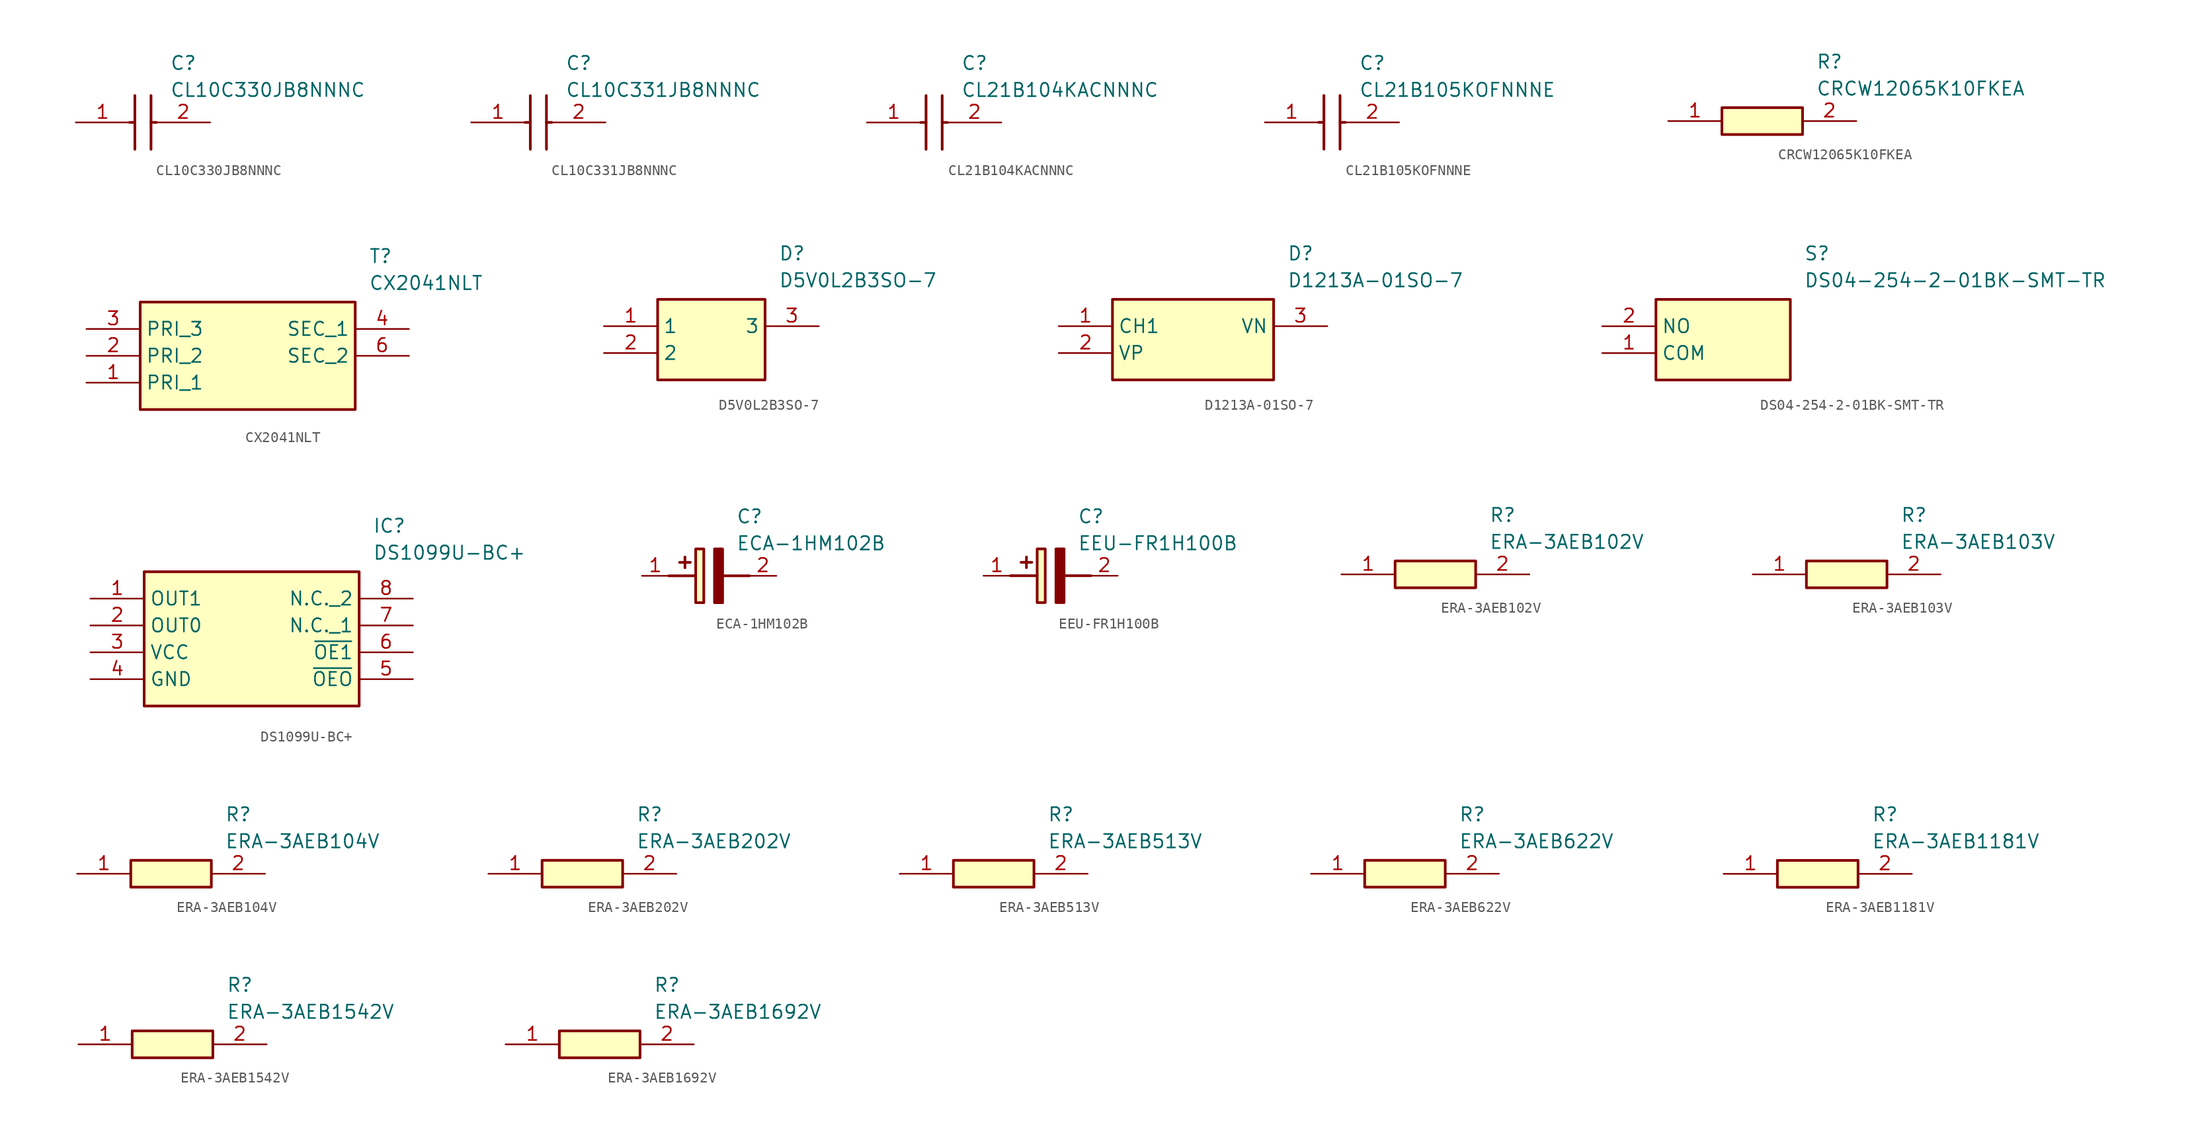
<source format=kicad_sym>
(kicad_symbol_lib
  (version 20231120)
  (generator "kicad_symbol_editor")
  (generator_version "8.0")
  (symbol "CL10C330JB8NNNC"
    (pin_names hide)
    (property "Reference" "C"
      (at 8.89 6.35 0)
      (effects (font (size 1.27 1.27)) (justify left top)))
    (property "Value" "CL10C330JB8NNNC"
      (at 8.89 3.81 0)
      (effects (font (size 1.27 1.27)) (justify left top)))
    (symbol "CL10C330JB8NNNC_1_1"
      (polyline (pts (xy 5.08 0) (xy 5.588 0)) (stroke (width 0.254) (type default)) (fill (type none)))
      (polyline (pts (xy 5.588 2.54) (xy 5.588 -2.54)) (stroke (width 0.254) (type default)) (fill (type none)))
      (polyline (pts (xy 7.112 0) (xy 7.62 0)) (stroke (width 0.254) (type default)) (fill (type none)))
      (polyline (pts (xy 7.112 2.54) (xy 7.112 -2.54)) (stroke (width 0.254) (type default)) (fill (type none)))
      (pin passive line (at 0 0 0) (length 5.08) (name "1" (effects (font (size 1.27 1.27)))) (number "1" (effects (font (size 1.27 1.27)))))
      (pin passive line (at 12.7 0 180) (length 5.08) (name "2" (effects (font (size 1.27 1.27)))) (number "2" (effects (font (size 1.27 1.27)))))))
  (symbol "CL10C331JB8NNNC"
    (pin_names hide)
    (property "Reference" "C"
      (at 8.89 6.35 0)
      (effects (font (size 1.27 1.27)) (justify left top)))
    (property "Value" "CL10C331JB8NNNC"
      (at 8.89 3.81 0)
      (effects (font (size 1.27 1.27)) (justify left top)))
    (symbol "CL10C331JB8NNNC_1_1"
      (polyline (pts (xy 5.08 0) (xy 5.588 0)) (stroke (width 0.254) (type default)) (fill (type none)))
      (polyline (pts (xy 5.588 2.54) (xy 5.588 -2.54)) (stroke (width 0.254) (type default)) (fill (type none)))
      (polyline (pts (xy 7.112 0) (xy 7.62 0)) (stroke (width 0.254) (type default)) (fill (type none)))
      (polyline (pts (xy 7.112 2.54) (xy 7.112 -2.54)) (stroke (width 0.254) (type default)) (fill (type none)))
      (pin passive line (at 0 0 0) (length 5.08) (name "1" (effects (font (size 1.27 1.27)))) (number "1" (effects (font (size 1.27 1.27)))))
      (pin passive line (at 12.7 0 180) (length 5.08) (name "2" (effects (font (size 1.27 1.27)))) (number "2" (effects (font (size 1.27 1.27)))))))
  (symbol "CL21B104KACNNNC"
    (pin_names hide)
    (property "Reference" "C"
      (at 8.89 6.35 0)
      (effects (font (size 1.27 1.27)) (justify left top)))
    (property "Value" "CL21B104KACNNNC"
      (at 8.89 3.81 0)
      (effects (font (size 1.27 1.27)) (justify left top)))
    (symbol "CL21B104KACNNNC_1_1"
      (polyline (pts (xy 5.08 0) (xy 5.588 0)) (stroke (width 0.254) (type default)) (fill (type none)))
      (polyline (pts (xy 5.588 2.54) (xy 5.588 -2.54)) (stroke (width 0.254) (type default)) (fill (type none)))
      (polyline (pts (xy 7.112 0) (xy 7.62 0)) (stroke (width 0.254) (type default)) (fill (type none)))
      (polyline (pts (xy 7.112 2.54) (xy 7.112 -2.54)) (stroke (width 0.254) (type default)) (fill (type none)))
      (pin passive line (at 0 0 0) (length 5.08) (name "1" (effects (font (size 1.27 1.27)))) (number "1" (effects (font (size 1.27 1.27)))))
      (pin passive line (at 12.7 0 180) (length 5.08) (name "2" (effects (font (size 1.27 1.27)))) (number "2" (effects (font (size 1.27 1.27)))))))
  (symbol "CL21B105KOFNNNE"
    (pin_names hide)
    (property "Reference" "C"
      (at 8.89 6.35 0)
      (effects (font (size 1.27 1.27)) (justify left top)))
    (property "Value" "CL21B105KOFNNNE"
      (at 8.89 3.81 0)
      (effects (font (size 1.27 1.27)) (justify left top)))
    (symbol "CL21B105KOFNNNE_1_1"
      (polyline (pts (xy 5.08 0) (xy 5.588 0)) (stroke (width 0.254) (type default)) (fill (type none)))
      (polyline (pts (xy 5.588 2.54) (xy 5.588 -2.54)) (stroke (width 0.254) (type default)) (fill (type none)))
      (polyline (pts (xy 7.112 0) (xy 7.62 0)) (stroke (width 0.254) (type default)) (fill (type none)))
      (polyline (pts (xy 7.112 2.54) (xy 7.112 -2.54)) (stroke (width 0.254) (type default)) (fill (type none)))
      (pin passive line (at 0 0 0) (length 5.08) (name "1" (effects (font (size 1.27 1.27)))) (number "1" (effects (font (size 1.27 1.27)))))
      (pin passive line (at 12.7 0 180) (length 5.08) (name "2" (effects (font (size 1.27 1.27)))) (number "2" (effects (font (size 1.27 1.27)))))))
  (symbol "CRCW12065K10FKEA"
    (pin_names hide)
    (property "Reference" "R"
      (at 13.97 6.35 0)
      (effects (font (size 1.27 1.27)) (justify left top)))
    (property "Value" "CRCW12065K10FKEA"
      (at 13.97 3.81 0)
      (effects (font (size 1.27 1.27)) (justify left top)))
    (symbol "CRCW12065K10FKEA_1_1"
      (rectangle (start 5.08 1.27) (end 12.7 -1.27) (stroke (width 0.254) (type default)) (fill (type background)))
      (pin passive line (at 0 0 0) (length 5.08) (name "1" (effects (font (size 1.27 1.27)))) (number "1" (effects (font (size 1.27 1.27)))))
      (pin passive line (at 17.78 0 180) (length 5.08) (name "2" (effects (font (size 1.27 1.27)))) (number "2" (effects (font (size 1.27 1.27)))))))
  (symbol "CX2041NLT"
    (property "Reference" "T"
      (at 26.67 7.62 0)
      (effects (font (size 1.27 1.27)) (justify left top)))
    (property "Value" "CX2041NLT"
      (at 26.67 5.08 0)
      (effects (font (size 1.27 1.27)) (justify left top)))
    (symbol "CX2041NLT_1_1"
      (rectangle (start 5.08 2.54) (end 25.4 -7.62) (stroke (width 0.254) (type default)) (fill (type background)))
      (pin passive line (at 0 -5.08 0) (length 5.08) (name "PRI_1" (effects (font (size 1.27 1.27)))) (number "1" (effects (font (size 1.27 1.27)))))
      (pin passive line (at 0 -2.54 0) (length 5.08) (name "PRI_2" (effects (font (size 1.27 1.27)))) (number "2" (effects (font (size 1.27 1.27)))))
      (pin passive line (at 0 0 0) (length 5.08) (name "PRI_3" (effects (font (size 1.27 1.27)))) (number "3" (effects (font (size 1.27 1.27)))))
      (pin passive line (at 30.48 0 180) (length 5.08) (name "SEC_1" (effects (font (size 1.27 1.27)))) (number "4" (effects (font (size 1.27 1.27)))))
      (pin passive line (at 30.48 -2.54 180) (length 5.08) (name "SEC_2" (effects (font (size 1.27 1.27)))) (number "6" (effects (font (size 1.27 1.27)))))))
  (symbol "D5V0L2B3SO-7"
    (property "Reference" "D"
      (at 16.51 7.62 0)
      (effects (font (size 1.27 1.27)) (justify left top)))
    (property "Value" "D5V0L2B3SO-7"
      (at 16.51 5.08 0)
      (effects (font (size 1.27 1.27)) (justify left top)))
    (symbol "D5V0L2B3SO-7_1_1"
      (rectangle (start 5.08 2.54) (end 15.24 -5.08) (stroke (width 0.254) (type default)) (fill (type background)))
      (pin passive line (at 0 0 0) (length 5.08) (name "1" (effects (font (size 1.27 1.27)))) (number "1" (effects (font (size 1.27 1.27)))))
      (pin passive line (at 0 -2.54 0) (length 5.08) (name "2" (effects (font (size 1.27 1.27)))) (number "2" (effects (font (size 1.27 1.27)))))
      (pin passive line (at 20.32 0 180) (length 5.08) (name "3" (effects (font (size 1.27 1.27)))) (number "3" (effects (font (size 1.27 1.27)))))))
  (symbol "D1213A-01SO-7"
    (property "Reference" "D"
      (at 21.59 7.62 0)
      (effects (font (size 1.27 1.27)) (justify left top)))
    (property "Value" "D1213A-01SO-7"
      (at 21.59 5.08 0)
      (effects (font (size 1.27 1.27)) (justify left top)))
    (symbol "D1213A-01SO-7_1_1"
      (rectangle (start 5.08 2.54) (end 20.32 -5.08) (stroke (width 0.254) (type default)) (fill (type background)))
      (pin passive line (at 0 0 0) (length 5.08) (name "CH1" (effects (font (size 1.27 1.27)))) (number "1" (effects (font (size 1.27 1.27)))))
      (pin passive line (at 0 -2.54 0) (length 5.08) (name "VP" (effects (font (size 1.27 1.27)))) (number "2" (effects (font (size 1.27 1.27)))))
      (pin passive line (at 25.4 0 180) (length 5.08) (name "VN" (effects (font (size 1.27 1.27)))) (number "3" (effects (font (size 1.27 1.27)))))))
  (symbol "DS04-254-2-01BK-SMT-TR"
    (property "Reference" "S"
      (at 19.05 7.62 0)
      (effects (font (size 1.27 1.27)) (justify left top)))
    (property "Value" "DS04-254-2-01BK-SMT-TR"
      (at 19.05 5.08 0)
      (effects (font (size 1.27 1.27)) (justify left top)))
    (symbol "DS04-254-2-01BK-SMT-TR_1_1"
      (rectangle (start 5.08 2.54) (end 17.78 -5.08) (stroke (width 0.254) (type default)) (fill (type background)))
      (pin passive line (at 0 -2.54 0) (length 5.08) (name "COM" (effects (font (size 1.27 1.27)))) (number "1" (effects (font (size 1.27 1.27)))))
      (pin passive line (at 0 0 0) (length 5.08) (name "NO" (effects (font (size 1.27 1.27)))) (number "2" (effects (font (size 1.27 1.27)))))))
  (symbol "DS1099U-BC+"
    (property "Reference" "IC"
      (at 26.67 7.62 0)
      (effects (font (size 1.27 1.27)) (justify left top)))
    (property "Value" "DS1099U-BC+"
      (at 26.67 5.08 0)
      (effects (font (size 1.27 1.27)) (justify left top)))
    (symbol "DS1099U-BC+_1_1"
      (rectangle (start 5.08 2.54) (end 25.4 -10.16) (stroke (width 0.254) (type default)) (fill (type background)))
      (pin passive line (at 0 0 0) (length 5.08) (name "OUT1" (effects (font (size 1.27 1.27)))) (number "1" (effects (font (size 1.27 1.27)))))
      (pin passive line (at 0 -2.54 0) (length 5.08) (name "OUT0" (effects (font (size 1.27 1.27)))) (number "2" (effects (font (size 1.27 1.27)))))
      (pin passive line (at 0 -5.08 0) (length 5.08) (name "VCC" (effects (font (size 1.27 1.27)))) (number "3" (effects (font (size 1.27 1.27)))))
      (pin passive line (at 0 -7.62 0) (length 5.08) (name "GND" (effects (font (size 1.27 1.27)))) (number "4" (effects (font (size 1.27 1.27)))))
      (pin passive line (at 30.48 -7.62 180) (length 5.08) (name "~{OEO}" (effects (font (size 1.27 1.27)))) (number "5" (effects (font (size 1.27 1.27)))))
      (pin passive line (at 30.48 -5.08 180) (length 5.08) (name "~{OE1}" (effects (font (size 1.27 1.27)))) (number "6" (effects (font (size 1.27 1.27)))))
      (pin passive line (at 30.48 -2.54 180) (length 5.08) (name "N.C._1" (effects (font (size 1.27 1.27)))) (number "7" (effects (font (size 1.27 1.27)))))
      (pin passive line (at 30.48 0 180) (length 5.08) (name "N.C._2" (effects (font (size 1.27 1.27)))) (number "8" (effects (font (size 1.27 1.27)))))))
  (symbol "ECA-1HM102B"
    (pin_names hide)
    (property "Reference" "C"
      (at 8.89 6.35 0)
      (effects (font (size 1.27 1.27)) (justify left top)))
    (property "Value" "ECA-1HM102B"
      (at 8.89 3.81 0)
      (effects (font (size 1.27 1.27)) (justify left top)))
    (symbol "ECA-1HM102B_1_1"
      (polyline (pts (xy 2.54 0) (xy 5.08 0)) (stroke (width 0.254) (type default)) (fill (type none)))
      (polyline (pts (xy 4.064 1.778) (xy 4.064 0.762)) (stroke (width 0.254) (type default)) (fill (type none)))
      (polyline (pts (xy 4.572 1.27) (xy 3.556 1.27)) (stroke (width 0.254) (type default)) (fill (type none)))
      (polyline (pts (xy 7.62 0) (xy 10.16 0)) (stroke (width 0.254) (type default)) (fill (type none)))
      (polyline (pts (xy 7.62 2.54) (xy 7.62 -2.54) (xy 6.858 -2.54) (xy 6.858 2.54) (xy 7.62 2.54)) (stroke (width 0.254) (type default)) (fill (type outline)))
      (rectangle (start 5.08 2.54) (end 5.842 -2.54) (stroke (width 0.254) (type default)) (fill (type background)))
      (pin passive line (at 0 0 0) (length 2.54) (name "+" (effects (font (size 1.27 1.27)))) (number "1" (effects (font (size 1.27 1.27)))))
      (pin passive line (at 12.7 0 180) (length 2.54) (name "-" (effects (font (size 1.27 1.27)))) (number "2" (effects (font (size 1.27 1.27)))))))
  (symbol "EEU-FR1H100B"
    (pin_names hide)
    (property "Reference" "C"
      (at 8.89 6.35 0)
      (effects (font (size 1.27 1.27)) (justify left top)))
    (property "Value" "EEU-FR1H100B"
      (at 8.89 3.81 0)
      (effects (font (size 1.27 1.27)) (justify left top)))
    (symbol "EEU-FR1H100B_1_1"
      (polyline (pts (xy 2.54 0) (xy 5.08 0)) (stroke (width 0.254) (type default)) (fill (type none)))
      (polyline (pts (xy 4.064 1.778) (xy 4.064 0.762)) (stroke (width 0.254) (type default)) (fill (type none)))
      (polyline (pts (xy 4.572 1.27) (xy 3.556 1.27)) (stroke (width 0.254) (type default)) (fill (type none)))
      (polyline (pts (xy 7.62 0) (xy 10.16 0)) (stroke (width 0.254) (type default)) (fill (type none)))
      (polyline (pts (xy 7.62 2.54) (xy 7.62 -2.54) (xy 6.858 -2.54) (xy 6.858 2.54) (xy 7.62 2.54)) (stroke (width 0.254) (type default)) (fill (type outline)))
      (rectangle (start 5.08 2.54) (end 5.842 -2.54) (stroke (width 0.254) (type default)) (fill (type background)))
      (pin passive line (at 0 0 0) (length 2.54) (name "+" (effects (font (size 1.27 1.27)))) (number "1" (effects (font (size 1.27 1.27)))))
      (pin passive line (at 12.7 0 180) (length 2.54) (name "-" (effects (font (size 1.27 1.27)))) (number "2" (effects (font (size 1.27 1.27)))))))
  (symbol "ERA-3AEB102V"
    (pin_names hide)
    (property "Reference" "R"
      (at 13.97 6.35 0)
      (effects (font (size 1.27 1.27)) (justify left top)))
    (property "Value" "ERA-3AEB102V"
      (at 13.97 3.81 0)
      (effects (font (size 1.27 1.27)) (justify left top)))
    (symbol "ERA-3AEB102V_1_1"
      (rectangle (start 5.08 1.27) (end 12.7 -1.27) (stroke (width 0.254) (type default)) (fill (type background)))
      (pin passive line (at 0 0 0) (length 5.08) (name "1" (effects (font (size 1.27 1.27)))) (number "1" (effects (font (size 1.27 1.27)))))
      (pin passive line (at 17.78 0 180) (length 5.08) (name "2" (effects (font (size 1.27 1.27)))) (number "2" (effects (font (size 1.27 1.27)))))))
  (symbol "ERA-3AEB103V"
    (pin_names hide)
    (property "Reference" "R"
      (at 13.97 6.35 0)
      (effects (font (size 1.27 1.27)) (justify left top)))
    (property "Value" "ERA-3AEB103V"
      (at 13.97 3.81 0)
      (effects (font (size 1.27 1.27)) (justify left top)))
    (symbol "ERA-3AEB103V_1_1"
      (rectangle (start 5.08 1.27) (end 12.7 -1.27) (stroke (width 0.254) (type default)) (fill (type background)))
      (pin passive line (at 0 0 0) (length 5.08) (name "1" (effects (font (size 1.27 1.27)))) (number "1" (effects (font (size 1.27 1.27)))))
      (pin passive line (at 17.78 0 180) (length 5.08) (name "2" (effects (font (size 1.27 1.27)))) (number "2" (effects (font (size 1.27 1.27)))))))
  (symbol "ERA-3AEB104V"
    (pin_names hide)
    (property "Reference" "R"
      (at 13.97 6.35 0)
      (effects (font (size 1.27 1.27)) (justify left top)))
    (property "Value" "ERA-3AEB104V"
      (at 13.97 3.81 0)
      (effects (font (size 1.27 1.27)) (justify left top)))
    (symbol "ERA-3AEB104V_1_1"
      (rectangle (start 5.08 1.27) (end 12.7 -1.27) (stroke (width 0.254) (type default)) (fill (type background)))
      (pin passive line (at 0 0 0) (length 5.08) (name "1" (effects (font (size 1.27 1.27)))) (number "1" (effects (font (size 1.27 1.27)))))
      (pin passive line (at 17.78 0 180) (length 5.08) (name "2" (effects (font (size 1.27 1.27)))) (number "2" (effects (font (size 1.27 1.27)))))))
  (symbol "ERA-3AEB202V"
    (pin_names hide)
    (property "Reference" "R"
      (at 13.97 6.35 0)
      (effects (font (size 1.27 1.27)) (justify left top)))
    (property "Value" "ERA-3AEB202V"
      (at 13.97 3.81 0)
      (effects (font (size 1.27 1.27)) (justify left top)))
    (symbol "ERA-3AEB202V_1_1"
      (rectangle (start 5.08 1.27) (end 12.7 -1.27) (stroke (width 0.254) (type default)) (fill (type background)))
      (pin passive line (at 0 0 0) (length 5.08) (name "1" (effects (font (size 1.27 1.27)))) (number "1" (effects (font (size 1.27 1.27)))))
      (pin passive line (at 17.78 0 180) (length 5.08) (name "2" (effects (font (size 1.27 1.27)))) (number "2" (effects (font (size 1.27 1.27)))))))
  (symbol "ERA-3AEB513V"
    (pin_names hide)
    (property "Reference" "R"
      (at 13.97 6.35 0)
      (effects (font (size 1.27 1.27)) (justify left top)))
    (property "Value" "ERA-3AEB513V"
      (at 13.97 3.81 0)
      (effects (font (size 1.27 1.27)) (justify left top)))
    (symbol "ERA-3AEB513V_1_1"
      (rectangle (start 5.08 1.27) (end 12.7 -1.27) (stroke (width 0.254) (type default)) (fill (type background)))
      (pin passive line (at 0 0 0) (length 5.08) (name "1" (effects (font (size 1.27 1.27)))) (number "1" (effects (font (size 1.27 1.27)))))
      (pin passive line (at 17.78 0 180) (length 5.08) (name "2" (effects (font (size 1.27 1.27)))) (number "2" (effects (font (size 1.27 1.27)))))))
  (symbol "ERA-3AEB622V"
    (pin_names hide)
    (property "Reference" "R"
      (at 13.97 6.35 0)
      (effects (font (size 1.27 1.27)) (justify left top)))
    (property "Value" "ERA-3AEB622V"
      (at 13.97 3.81 0)
      (effects (font (size 1.27 1.27)) (justify left top)))
    (symbol "ERA-3AEB622V_1_1"
      (rectangle (start 5.08 1.27) (end 12.7 -1.27) (stroke (width 0.254) (type default)) (fill (type background)))
      (pin passive line (at 0 0 0) (length 5.08) (name "1" (effects (font (size 1.27 1.27)))) (number "1" (effects (font (size 1.27 1.27)))))
      (pin passive line (at 17.78 0 180) (length 5.08) (name "2" (effects (font (size 1.27 1.27)))) (number "2" (effects (font (size 1.27 1.27)))))))
  (symbol "ERA-3AEB1181V"
    (pin_names hide)
    (property "Reference" "R"
      (at 13.97 6.35 0)
      (effects (font (size 1.27 1.27)) (justify left top)))
    (property "Value" "ERA-3AEB1181V"
      (at 13.97 3.81 0)
      (effects (font (size 1.27 1.27)) (justify left top)))
    (symbol "ERA-3AEB1181V_1_1"
      (rectangle (start 5.08 1.27) (end 12.7 -1.27) (stroke (width 0.254) (type default)) (fill (type background)))
      (pin passive line (at 0 0 0) (length 5.08) (name "1" (effects (font (size 1.27 1.27)))) (number "1" (effects (font (size 1.27 1.27)))))
      (pin passive line (at 17.78 0 180) (length 5.08) (name "2" (effects (font (size 1.27 1.27)))) (number "2" (effects (font (size 1.27 1.27)))))))
  (symbol "ERA-3AEB1542V"
    (pin_names hide)
    (property "Reference" "R"
      (at 13.97 6.35 0)
      (effects (font (size 1.27 1.27)) (justify left top)))
    (property "Value" "ERA-3AEB1542V"
      (at 13.97 3.81 0)
      (effects (font (size 1.27 1.27)) (justify left top)))
    (symbol "ERA-3AEB1542V_1_1"
      (rectangle (start 5.08 1.27) (end 12.7 -1.27) (stroke (width 0.254) (type default)) (fill (type background)))
      (pin passive line (at 0 0 0) (length 5.08) (name "1" (effects (font (size 1.27 1.27)))) (number "1" (effects (font (size 1.27 1.27)))))
      (pin passive line (at 17.78 0 180) (length 5.08) (name "2" (effects (font (size 1.27 1.27)))) (number "2" (effects (font (size 1.27 1.27)))))))
  (symbol "ERA-3AEB1692V"
    (pin_names hide)
    (property "Reference" "R"
      (at 13.97 6.35 0)
      (effects (font (size 1.27 1.27)) (justify left top)))
    (property "Value" "ERA-3AEB1692V"
      (at 13.97 3.81 0)
      (effects (font (size 1.27 1.27)) (justify left top)))
    (symbol "ERA-3AEB1692V_1_1"
      (rectangle (start 5.08 1.27) (end 12.7 -1.27) (stroke (width 0.254) (type default)) (fill (type background)))
      (pin passive line (at 0 0 0) (length 5.08) (name "1" (effects (font (size 1.27 1.27)))) (number "1" (effects (font (size 1.27 1.27)))))
      (pin passive line (at 17.78 0 180) (length 5.08) (name "2" (effects (font (size 1.27 1.27)))) (number "2" (effects (font (size 1.27 1.27))))))))
</source>
